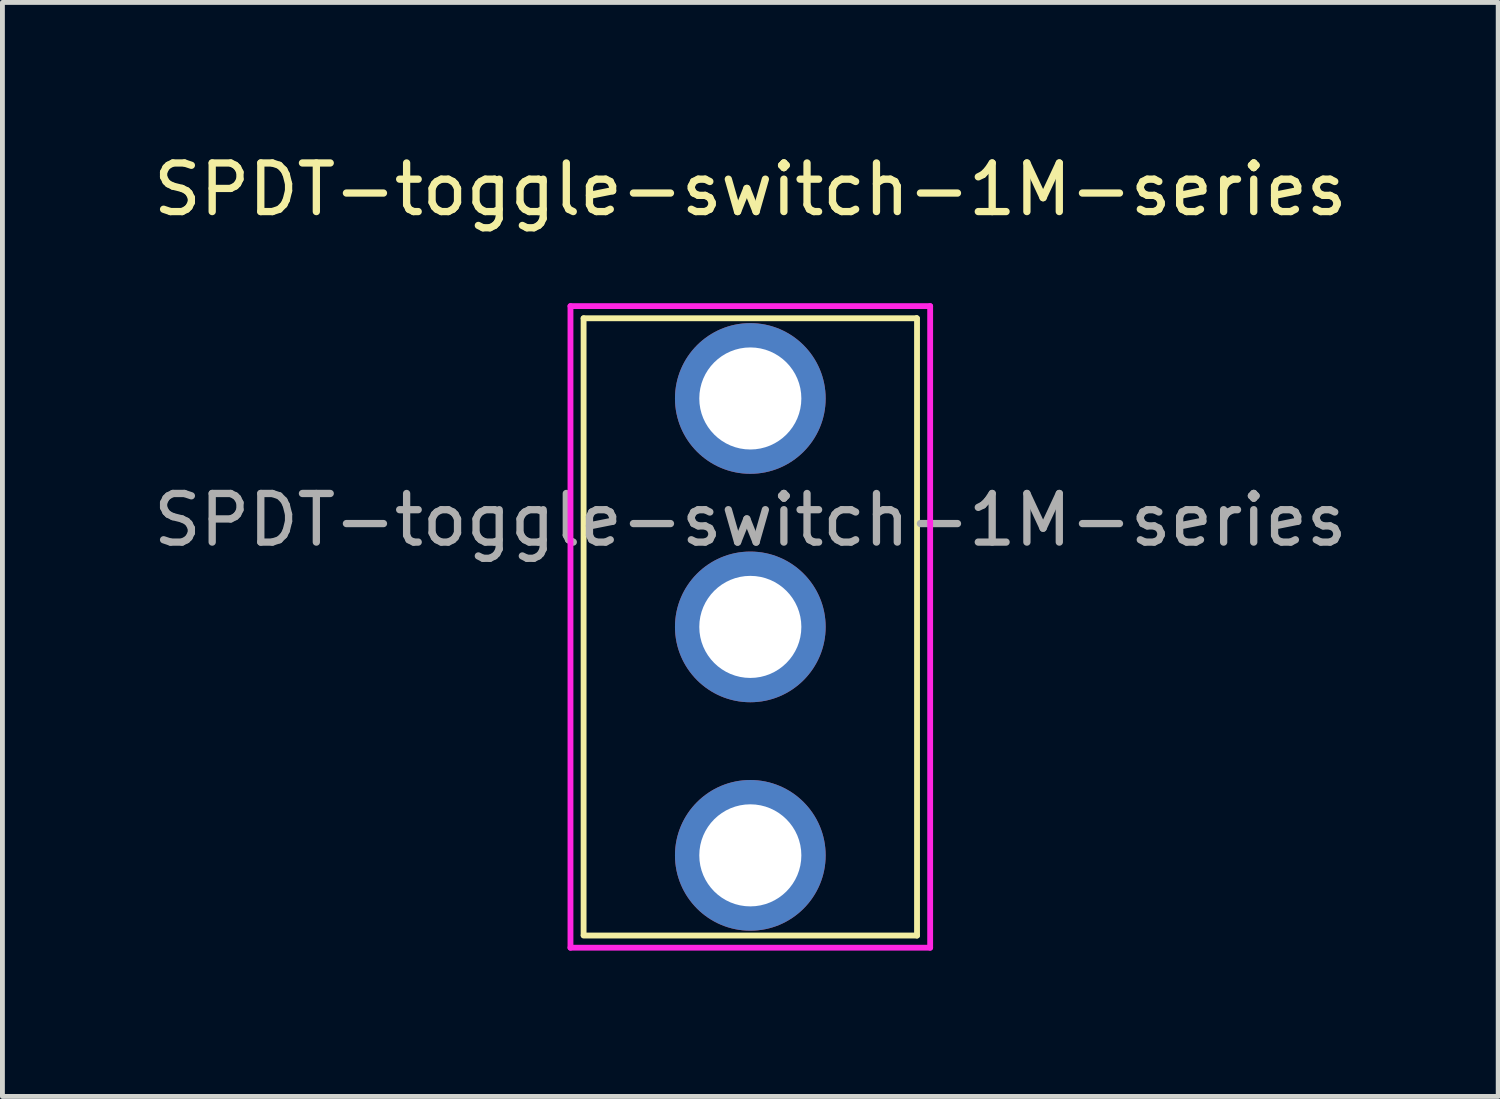
<source format=kicad_pcb>
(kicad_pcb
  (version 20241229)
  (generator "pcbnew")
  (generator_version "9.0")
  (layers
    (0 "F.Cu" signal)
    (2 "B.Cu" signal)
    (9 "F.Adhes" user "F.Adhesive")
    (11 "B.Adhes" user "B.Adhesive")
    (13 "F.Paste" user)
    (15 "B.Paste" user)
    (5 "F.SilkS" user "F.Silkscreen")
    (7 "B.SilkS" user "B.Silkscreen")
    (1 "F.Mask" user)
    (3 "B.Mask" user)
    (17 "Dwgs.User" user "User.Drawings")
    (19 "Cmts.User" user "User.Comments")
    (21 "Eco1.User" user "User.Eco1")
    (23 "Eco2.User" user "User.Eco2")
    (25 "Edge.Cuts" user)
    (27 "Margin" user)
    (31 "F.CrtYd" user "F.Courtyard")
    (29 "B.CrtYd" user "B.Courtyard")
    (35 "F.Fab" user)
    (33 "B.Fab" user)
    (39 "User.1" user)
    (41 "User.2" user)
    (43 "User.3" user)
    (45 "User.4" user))
  (footprint "SPDT-toggle-switch-1M-series"
    (layer "F.Cu")
    (at 12.387 9.848)
    (property "Reference" "SPDT-toggle-switch-1M-series" (at 0 -9 0) (layer "F.SilkS") (effects (font (size 1 1) (thickness 0.15))))
    (attr through_hole)
    (fp_line (start -3.43 -6.35) (end 3.42 -6.35) (stroke (width 0.12) (type solid)) (layer "F.SilkS"))
    (fp_line (start -3.43 6.34) (end -3.43 -6.35) (stroke (width 0.12) (type solid)) (layer "F.SilkS"))
    (fp_line (start 3.42 -6.35) (end 3.42 -6.34) (stroke (width 0.12) (type solid)) (layer "F.SilkS"))
    (fp_line (start 3.43 -6.35) (end 3.43 6.35) (stroke (width 0.12) (type solid)) (layer "F.SilkS"))
    (fp_line (start 3.43 6.35) (end -3.43 6.35) (stroke (width 0.12) (type solid)) (layer "F.SilkS"))
    (fp_line (start -3.7 -6.6) (end 3.7 -6.6) (stroke (width 0.12) (type solid)) (layer "F.CrtYd"))
    (fp_line (start -3.7 6.6) (end -3.7 -6.6) (stroke (width 0.12) (type solid)) (layer "F.CrtYd"))
    (fp_line (start 3.7 -6.6) (end 3.7 6.6) (stroke (width 0.12) (type solid)) (layer "F.CrtYd"))
    (fp_line (start 3.7 6.6) (end -3.7 6.6) (stroke (width 0.12) (type solid)) (layer "F.CrtYd"))
    (fp_text user "${REFERENCE}" (at 0 -2.2 0) (layer "F.Fab") (effects (font (size 1 1) (thickness 0.15))))
    (pad "1" thru_hole circle (at 0 4.7) (size 3.1 3.1) (drill 2.1) (layers "*.Cu" "*.Mask"))
    (pad "2" thru_hole circle (at 0 0) (size 3.1 3.1) (drill 2.1) (layers "*.Cu" "*.Mask"))
    (pad "3" thru_hole circle (at 0 -4.7) (size 3.1 3.1) (drill 2.1) (layers "*.Cu" "*.Mask")))
  (gr_rect
    (start -3 -3)
    (end 27.774 19.508)
    (stroke (width 0.1) (type default))
    (fill no)
    (layer "Edge.Cuts")))
</source>
